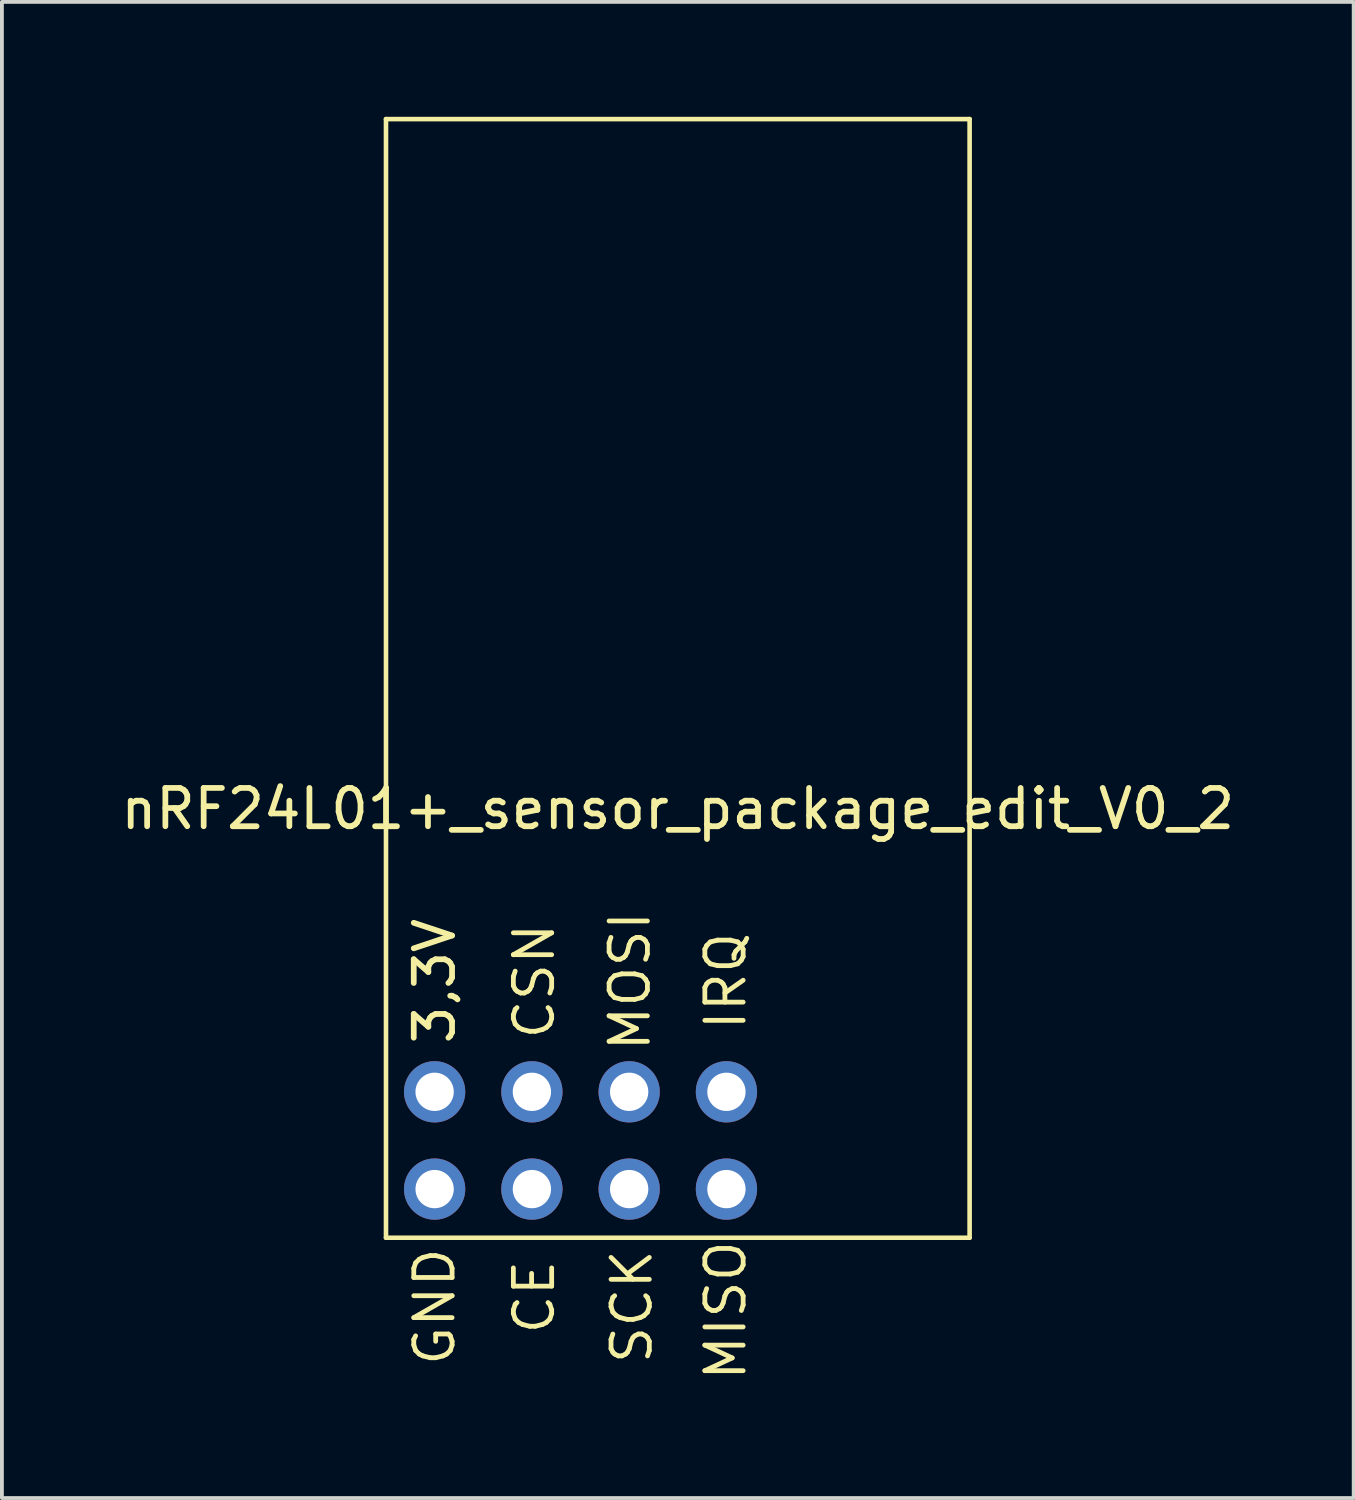
<source format=kicad_pcb>
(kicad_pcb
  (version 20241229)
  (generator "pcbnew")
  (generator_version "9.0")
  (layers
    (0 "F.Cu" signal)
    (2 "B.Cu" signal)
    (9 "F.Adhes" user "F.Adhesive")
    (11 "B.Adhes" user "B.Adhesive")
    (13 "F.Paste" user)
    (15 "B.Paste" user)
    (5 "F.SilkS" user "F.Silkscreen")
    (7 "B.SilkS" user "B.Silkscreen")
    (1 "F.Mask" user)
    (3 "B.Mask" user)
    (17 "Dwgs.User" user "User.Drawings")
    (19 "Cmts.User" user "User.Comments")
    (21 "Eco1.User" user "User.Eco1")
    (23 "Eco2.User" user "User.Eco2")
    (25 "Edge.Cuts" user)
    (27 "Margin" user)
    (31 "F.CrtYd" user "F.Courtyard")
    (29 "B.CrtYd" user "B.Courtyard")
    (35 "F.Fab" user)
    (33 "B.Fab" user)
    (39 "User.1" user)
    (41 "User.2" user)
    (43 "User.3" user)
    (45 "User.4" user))
  (footprint "nRF24L01+_sensor_package_edit_V0_2"
    (layer "F.Cu")
    (at 14.649 16.57)
    (property "Reference" "nRF24L01+_sensor_package_edit_V0_2" (at 0 1.5 0) (layer "F.SilkS") (effects (font (size 1 1) (thickness 0.15))))
    (attr through_hole)
    (fp_line (start -7.62 -16.51) (end -7.62 12.7) (stroke (width 0.12) (type solid)) (layer "F.SilkS"))
    (fp_line (start -7.62 12.7) (end 7.62 12.7) (stroke (width 0.12) (type solid)) (layer "F.SilkS"))
    (fp_line (start 7.62 -16.51) (end -7.62 -16.51) (stroke (width 0.12) (type solid)) (layer "F.SilkS"))
    (fp_line (start 7.62 12.7) (end 7.62 -16.51) (stroke (width 0.12) (type solid)) (layer "F.SilkS"))
    (fp_text user "SCK" (at -1.2 14.5 90) (layer "F.SilkS") (effects (font (size 1 1) (thickness 0.125))))
    (fp_text user "MOSI" (at -1.25 6 90) (layer "F.SilkS") (effects (font (size 1 1) (thickness 0.125))))
    (fp_text user "IRQ" (at 1.25 6 90) (layer "F.SilkS") (effects (font (size 1 1) (thickness 0.125))))
    (fp_text user "3,3V" (at -6.35 6 90) (layer "F.SilkS") (effects (font (size 1 1) (thickness 0.15))))
    (fp_text user "GND" (at -6.35 14.5 90) (layer "F.SilkS") (effects (font (size 1 1) (thickness 0.125))))
    (fp_text user "MISO" (at 1.25 14.6 90) (layer "F.SilkS") (effects (font (size 1 1) (thickness 0.125))))
    (fp_text user "CSN" (at -3.75 6 90) (layer "F.SilkS") (effects (font (size 1 1) (thickness 0.125))))
    (fp_text user "CE" (at -3.75 14.25 90) (layer "F.SilkS") (effects (font (size 1 1) (thickness 0.125))))
    (pad "1" thru_hole circle (at -6.35 8.89) (size 1.6 1.6) (drill 1) (layers "*.Cu" "*.Mask"))
    (pad "2" thru_hole circle (at -3.81 8.89) (size 1.6 1.6) (drill 1) (layers "*.Cu" "*.Mask"))
    (pad "3" thru_hole circle (at -1.27 8.89) (size 1.6 1.6) (drill 1) (layers "*.Cu" "*.Mask"))
    (pad "4" thru_hole circle (at 1.27 8.89) (size 1.6 1.6) (drill 1) (layers "*.Cu" "*.Mask"))
    (pad "5" thru_hole circle (at -6.35 11.43) (size 1.6 1.6) (drill 1) (layers "*.Cu" "*.Mask"))
    (pad "6" thru_hole circle (at -3.81 11.43) (size 1.6 1.6) (drill 1) (layers "*.Cu" "*.Mask"))
    (pad "7" thru_hole circle (at -1.27 11.43) (size 1.6 1.6) (drill 1) (layers "*.Cu" "*.Mask"))
    (pad "8" thru_hole circle (at 1.27 11.43) (size 1.6 1.6) (drill 1) (layers "*.Cu" "*.Mask")))
  (gr_rect
    (start -3 -3)
    (end 32.298 36.067)
    (stroke (width 0.1) (type default))
    (fill no)
    (layer "Edge.Cuts")))
</source>
